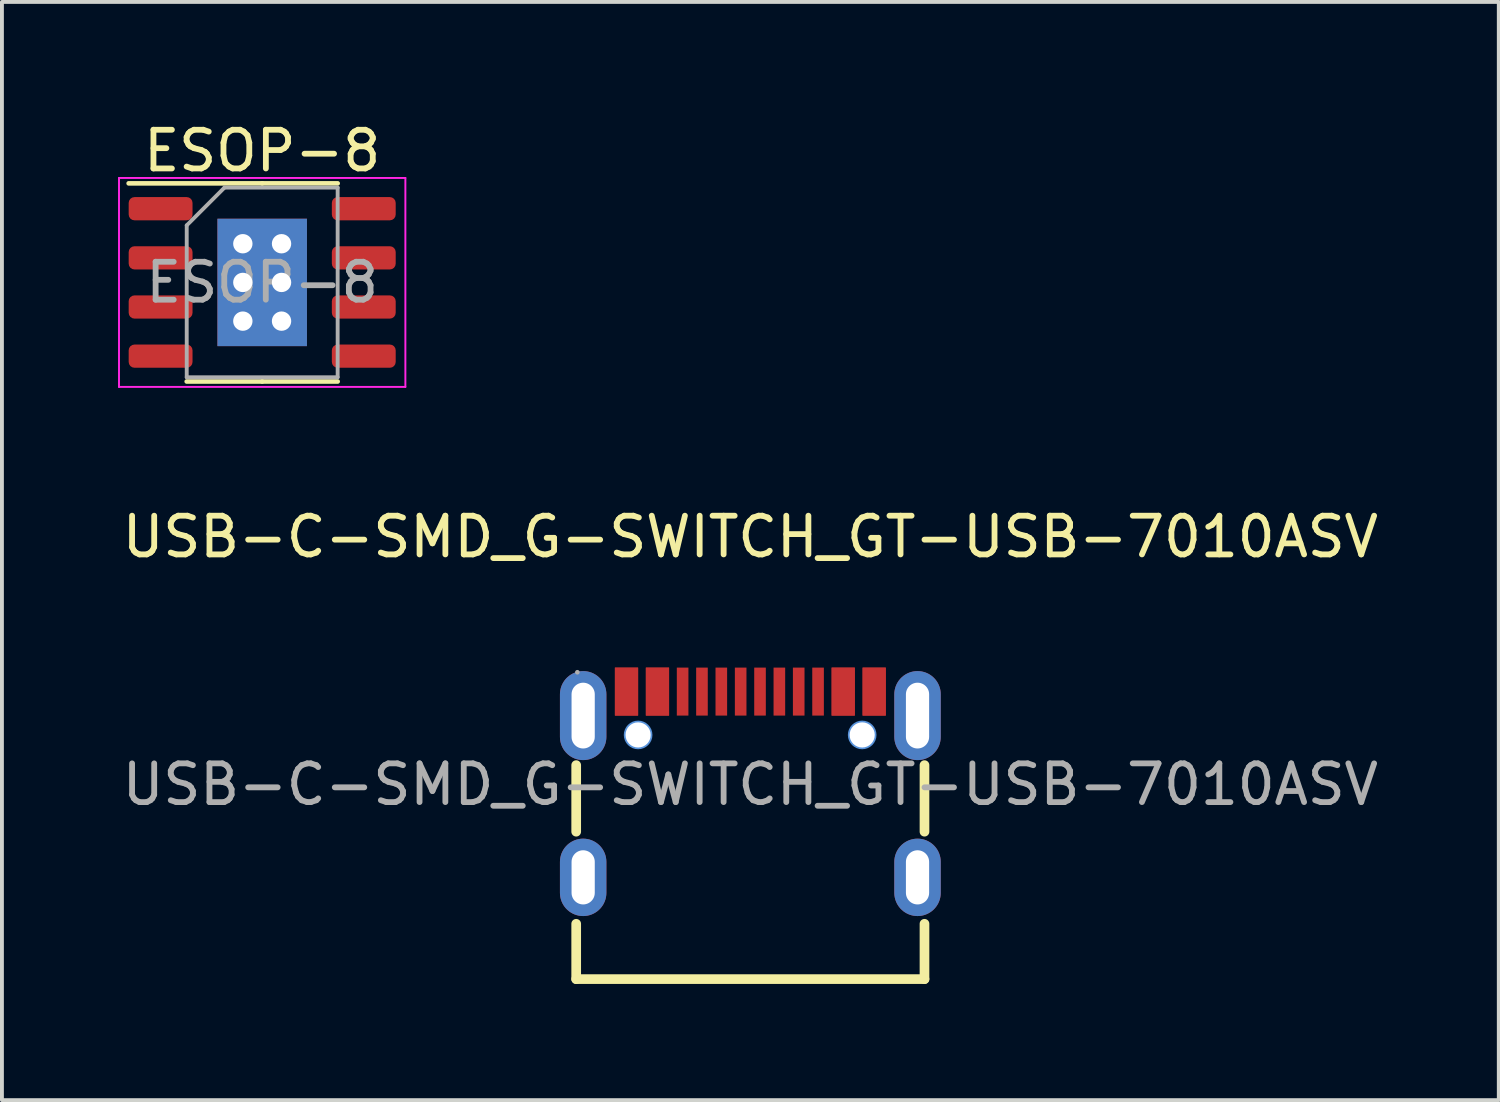
<source format=kicad_pcb>
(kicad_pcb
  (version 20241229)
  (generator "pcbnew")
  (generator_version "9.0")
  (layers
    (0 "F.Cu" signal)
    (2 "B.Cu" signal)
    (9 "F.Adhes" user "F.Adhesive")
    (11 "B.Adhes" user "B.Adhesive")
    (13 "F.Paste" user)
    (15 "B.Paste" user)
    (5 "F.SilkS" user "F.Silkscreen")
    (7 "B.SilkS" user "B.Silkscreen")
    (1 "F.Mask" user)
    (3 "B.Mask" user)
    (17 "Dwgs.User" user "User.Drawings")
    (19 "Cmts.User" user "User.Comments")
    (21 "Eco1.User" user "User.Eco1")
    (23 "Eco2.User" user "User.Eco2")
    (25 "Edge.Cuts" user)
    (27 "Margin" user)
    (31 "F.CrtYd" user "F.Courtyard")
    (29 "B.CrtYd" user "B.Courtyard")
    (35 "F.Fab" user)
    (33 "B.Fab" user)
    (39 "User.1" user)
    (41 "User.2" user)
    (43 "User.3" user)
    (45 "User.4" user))
  (footprint "USB-C-SMD_G-SWITCH_GT-USB-7010ASV"
    (layer "F.Cu")
    (at 16.339 17.221)
    (property "Reference" "USB-C-SMD_G-SWITCH_GT-USB-7010ASV" (at 0 -6.4 0) (layer "F.SilkS") (effects (font (size 1 1) (thickness 0.15))))
    (attr smd)
    (fp_line (start -4.5 1.22) (end -4.5 -0.5) (stroke (width 0.25) (type solid)) (layer "F.SilkS"))
    (fp_line (start -4.5 5.03) (end -4.5 3.6) (stroke (width 0.25) (type solid)) (layer "F.SilkS"))
    (fp_line (start 4.5 1.22) (end 4.5 -0.5) (stroke (width 0.25) (type solid)) (layer "F.SilkS"))
    (fp_line (start 4.5 5.03) (end -4.5 5.03) (stroke (width 0.25) (type solid)) (layer "F.SilkS"))
    (fp_line (start 4.5 5.03) (end 4.5 3.6) (stroke (width 0.25) (type solid)) (layer "F.SilkS"))
    (fp_circle (center -2.9 -1.28) (end -2.78 -1.28) (stroke (width 0.25) (type solid)) (fill no) (layer "Cmts.User"))
    (fp_circle (center 2.89 -1.28) (end 3.01 -1.28) (stroke (width 0.25) (type solid)) (fill no) (layer "Cmts.User"))
    (fp_circle (center -4.47 -2.9) (end -4.44 -2.9) (stroke (width 0.06) (type solid)) (fill no) (layer "F.Fab"))
    (fp_text user "${REFERENCE}" (at 0 0 0) (layer "F.Fab") (effects (font (size 1 1) (thickness 0.15))))
    (pad "" np_thru_hole circle (at -2.9 -1.28) (size 0.65 0.65) (drill 0.65) (layers "*.Cu" "*.Mask"))
    (pad "" np_thru_hole circle (at 2.89 -1.28) (size 0.65 0.65) (drill 0.65) (layers "*.Cu" "*.Mask"))
    (pad "A1" smd rect (at -3.2 -2.4) (size 0.6 1.24) (layers "F.Cu" "F.Mask" "F.Paste"))
    (pad "A4" smd rect (at -2.4 -2.4) (size 0.6 1.24) (layers "F.Cu" "F.Mask" "F.Paste"))
    (pad "A5" smd rect (at -1.25 -2.4) (size 0.3 1.24) (layers "F.Cu" "F.Mask" "F.Paste"))
    (pad "A6" smd rect (at -0.25 -2.4) (size 0.3 1.24) (layers "F.Cu" "F.Mask" "F.Paste"))
    (pad "A7" smd rect (at 0.25 -2.4) (size 0.3 1.24) (layers "F.Cu" "F.Mask" "F.Paste"))
    (pad "A8" smd rect (at 1.25 -2.4) (size 0.3 1.24) (layers "F.Cu" "F.Mask" "F.Paste"))
    (pad "A9" smd rect (at 2.4 -2.4) (size 0.6 1.24) (layers "F.Cu" "F.Mask" "F.Paste"))
    (pad "A12" smd rect (at 3.2 -2.4) (size 0.6 1.24) (layers "F.Cu" "F.Mask" "F.Paste"))
    (pad "B1" smd rect (at 3.2 -2.4) (size 0.6 1.24) (layers "F.Cu" "F.Mask" "F.Paste"))
    (pad "B4" smd rect (at 2.4 -2.4) (size 0.6 1.24) (layers "F.Cu" "F.Mask" "F.Paste"))
    (pad "B5" smd rect (at 1.75 -2.4) (size 0.3 1.24) (layers "F.Cu" "F.Mask" "F.Paste"))
    (pad "B6" smd rect (at 0.75 -2.4) (size 0.3 1.24) (layers "F.Cu" "F.Mask" "F.Paste"))
    (pad "B7" smd rect (at -0.75 -2.4) (size 0.3 1.24) (layers "F.Cu" "F.Mask" "F.Paste"))
    (pad "B8" smd rect (at -1.75 -2.4) (size 0.3 1.24) (layers "F.Cu" "F.Mask" "F.Paste"))
    (pad "B9" smd rect (at -2.4 -2.4) (size 0.6 1.24) (layers "F.Cu" "F.Mask" "F.Paste"))
    (pad "B12" smd rect (at -3.2 -2.4) (size 0.6 1.24) (layers "F.Cu" "F.Mask" "F.Paste"))
    (pad "S1" thru_hole oval (at -4.32 -1.78) (size 1.2 2.3) (drill oval 0.6 1.7) (layers "*.Cu" "*.Mask"))
    (pad "S1" thru_hole oval (at -4.32 2.4) (size 1.2 2) (drill oval 0.6 1.4) (layers "*.Cu" "*.Mask"))
    (pad "S1" thru_hole oval (at 4.32 -1.78) (size 1.2 2.3) (drill oval 0.6 1.7) (layers "*.Cu" "*.Mask"))
    (pad "S1" thru_hole oval (at 4.32 2.4) (size 1.2 2) (drill oval 0.6 1.4) (layers "*.Cu" "*.Mask")))
  (footprint "ESOP-8"
    (layer "F.Cu")
    (at 3.725 4.248)
    (property "Reference" "ESOP-8" (at 0 -3.4 0) (layer "F.SilkS") (effects (font (size 1 1) (thickness 0.15))))
    (attr smd)
    (fp_line (start 0 -2.56) (end -3.45 -2.56) (stroke (width 0.12) (type solid)) (layer "F.SilkS"))
    (fp_line (start 0 -2.56) (end 1.95 -2.56) (stroke (width 0.12) (type solid)) (layer "F.SilkS"))
    (fp_line (start 0 2.56) (end -1.95 2.56) (stroke (width 0.12) (type solid)) (layer "F.SilkS"))
    (fp_line (start 0 2.56) (end 1.95 2.56) (stroke (width 0.12) (type solid)) (layer "F.SilkS"))
    (fp_line (start -3.7 -2.7) (end -3.7 2.7) (stroke (width 0.05) (type solid)) (layer "F.CrtYd"))
    (fp_line (start -3.7 2.7) (end 3.7 2.7) (stroke (width 0.05) (type solid)) (layer "F.CrtYd"))
    (fp_line (start 3.7 -2.7) (end -3.7 -2.7) (stroke (width 0.05) (type solid)) (layer "F.CrtYd"))
    (fp_line (start 3.7 2.7) (end 3.7 -2.7) (stroke (width 0.05) (type solid)) (layer "F.CrtYd"))
    (fp_line (start -1.95 -1.475) (end -0.975 -2.45) (stroke (width 0.1) (type solid)) (layer "F.Fab"))
    (fp_line (start -1.95 2.45) (end -1.95 -1.475) (stroke (width 0.1) (type solid)) (layer "F.Fab"))
    (fp_line (start -0.975 -2.45) (end 1.95 -2.45) (stroke (width 0.1) (type solid)) (layer "F.Fab"))
    (fp_line (start 1.95 -2.45) (end 1.95 2.45) (stroke (width 0.1) (type solid)) (layer "F.Fab"))
    (fp_line (start 1.95 2.45) (end -1.95 2.45) (stroke (width 0.1) (type solid)) (layer "F.Fab"))
    (fp_text user "${REFERENCE}" (at 0 0 0) (layer "F.Fab") (effects (font (size 0.98 0.98) (thickness 0.15))))
    (pad "1" smd roundrect (at -2.625 -1.905) (size 1.65 0.6) (layers "F.Cu" "F.Mask" "F.Paste") (roundrect_rratio 0.25))
    (pad "2" smd roundrect (at -2.625 -0.635) (size 1.65 0.6) (layers "F.Cu" "F.Mask" "F.Paste") (roundrect_rratio 0.25))
    (pad "3" smd roundrect (at -2.625 0.635) (size 1.65 0.6) (layers "F.Cu" "F.Mask" "F.Paste") (roundrect_rratio 0.25))
    (pad "4" smd roundrect (at -2.625 1.905) (size 1.65 0.6) (layers "F.Cu" "F.Mask" "F.Paste") (roundrect_rratio 0.25))
    (pad "5" smd roundrect (at 2.625 1.905) (size 1.65 0.6) (layers "F.Cu" "F.Mask" "F.Paste") (roundrect_rratio 0.25))
    (pad "6" smd roundrect (at 2.625 0.635) (size 1.65 0.6) (layers "F.Cu" "F.Mask" "F.Paste") (roundrect_rratio 0.25))
    (pad "7" smd roundrect (at 2.625 -0.635) (size 1.65 0.6) (layers "F.Cu" "F.Mask" "F.Paste") (roundrect_rratio 0.25))
    (pad "8" smd roundrect (at 2.625 -1.905) (size 1.65 0.6) (layers "F.Cu" "F.Mask" "F.Paste") (roundrect_rratio 0.25))
    (pad "9" thru_hole circle (at -0.5 -1) (size 0.8 0.8) (drill 0.5) (property pad_prop_heatsink) (layers "*.Cu" "*.Mask"))
    (pad "9" thru_hole circle (at -0.5 0) (size 0.8 0.8) (drill 0.5) (property pad_prop_heatsink) (layers "*.Cu" "*.Mask"))
    (pad "9" thru_hole circle (at -0.5 1) (size 0.8 0.8) (drill 0.5) (property pad_prop_heatsink) (layers "*.Cu" "*.Mask"))
    (pad "9" smd rect (at 0 0) (size 2.313 3.292) (layers "F.Cu" "F.Mask" "F.Paste"))
    (pad "9" smd rect (at 0 0) (size 2.313 3.292) (layers "F.Mask" "B.Cu" "F.Paste"))
    (pad "9" thru_hole circle (at 0.5 -1) (size 0.8 0.8) (drill 0.5) (property pad_prop_heatsink) (layers "*.Cu" "*.Mask"))
    (pad "9" thru_hole circle (at 0.5 0) (size 0.8 0.8) (drill 0.5) (property pad_prop_heatsink) (layers "*.Cu" "*.Mask"))
    (pad "9" thru_hole circle (at 0.5 1) (size 0.8 0.8) (drill 0.5) (property pad_prop_heatsink) (layers "*.Cu" "*.Mask")))
  (gr_rect
    (start -3 -3)
    (end 35.679 25.377)
    (stroke (width 0.1) (type default))
    (fill no)
    (layer "Edge.Cuts")))
</source>
